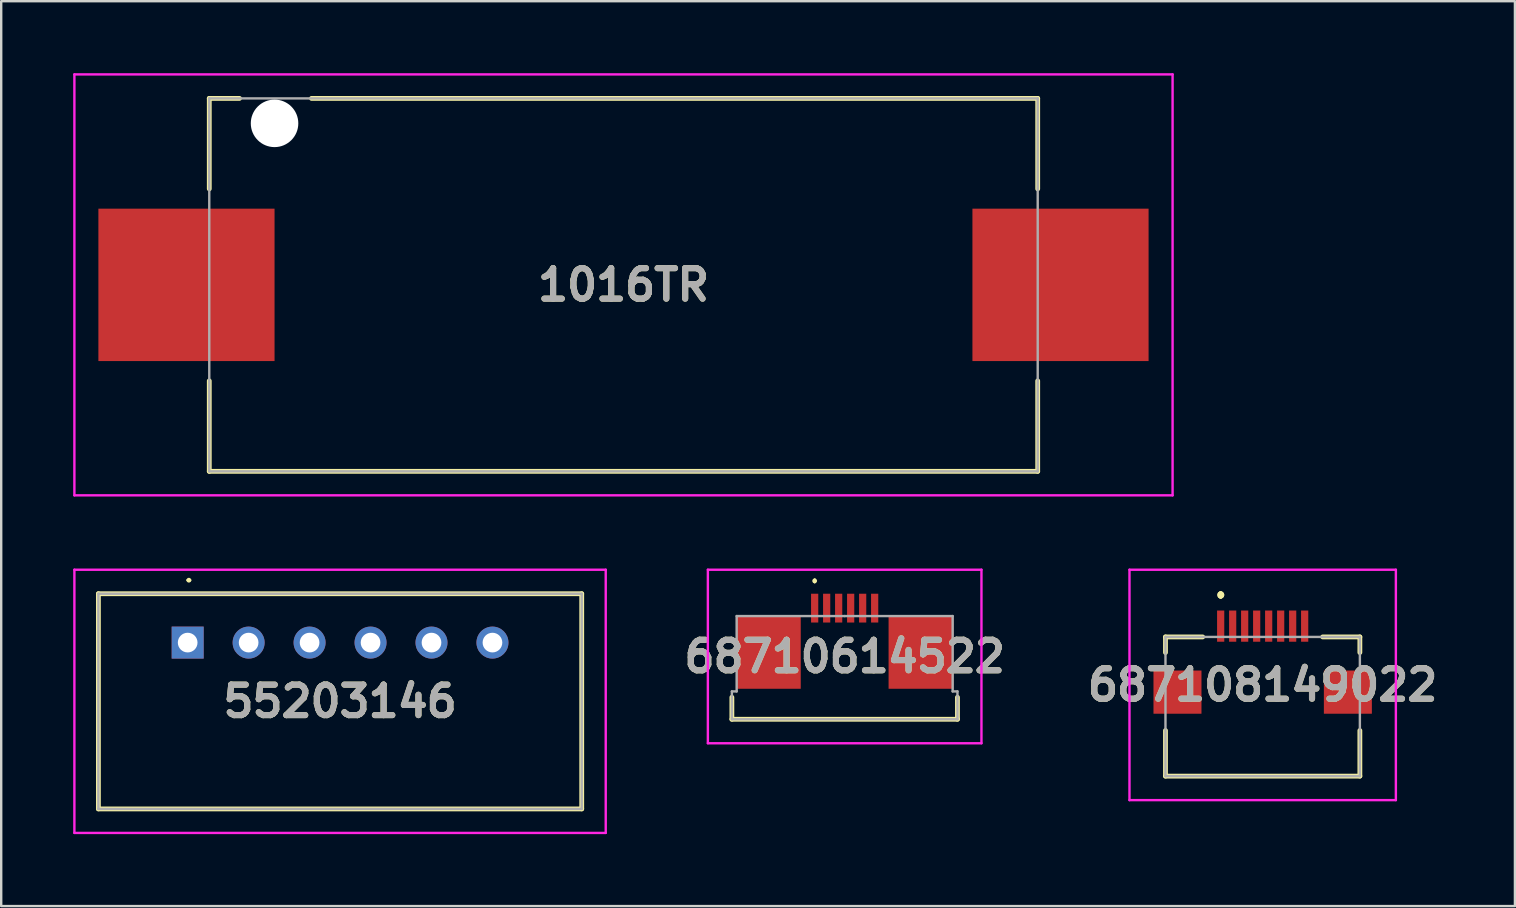
<source format=kicad_pcb>
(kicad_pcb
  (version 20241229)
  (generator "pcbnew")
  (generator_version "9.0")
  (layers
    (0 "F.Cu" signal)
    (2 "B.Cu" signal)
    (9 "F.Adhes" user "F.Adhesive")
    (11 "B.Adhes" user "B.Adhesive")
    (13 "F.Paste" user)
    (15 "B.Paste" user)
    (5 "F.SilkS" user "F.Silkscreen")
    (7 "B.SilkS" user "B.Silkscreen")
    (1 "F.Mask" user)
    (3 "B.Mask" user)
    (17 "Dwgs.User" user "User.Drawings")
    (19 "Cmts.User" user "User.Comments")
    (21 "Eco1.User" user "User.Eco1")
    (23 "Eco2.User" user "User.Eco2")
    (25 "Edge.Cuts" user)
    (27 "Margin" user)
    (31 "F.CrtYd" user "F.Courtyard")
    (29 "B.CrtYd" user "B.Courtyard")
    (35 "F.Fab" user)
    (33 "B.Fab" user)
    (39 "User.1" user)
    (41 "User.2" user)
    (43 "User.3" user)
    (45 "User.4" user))
  (footprint "68710614522"
    (layer "F.Cu")
    (at 32.146 24.305)
    (property "Reference" "68710614522" (at 0 0 0) (layer "F.SilkS") (effects (font (size 1.27 1.27) (thickness 0.254))))
    (attr smd)
    (fp_line (start -4.7 1.7) (end -4.7 2.615) (stroke (width 0.2) (type solid)) (layer "F.SilkS"))
    (fp_line (start -4.7 2.615) (end 4.7 2.615) (stroke (width 0.2) (type solid)) (layer "F.SilkS"))
    (fp_line (start -1.25 -3.2) (end -1.25 -3.2) (stroke (width 0.1) (type solid)) (layer "F.SilkS"))
    (fp_line (start -1.25 -3.1) (end -1.25 -3.1) (stroke (width 0.1) (type solid)) (layer "F.SilkS"))
    (fp_line (start 4.7 2.615) (end 4.7 1.7) (stroke (width 0.2) (type solid)) (layer "F.SilkS"))
    (fp_arc (start -1.25 -3.2) (mid -1.2 -3.15) (end -1.25 -3.1) (stroke (width 0.1) (type solid)) (layer "F.SilkS"))
    (fp_arc (start -1.25 -3.1) (mid -1.3 -3.15) (end -1.25 -3.2) (stroke (width 0.1) (type solid)) (layer "F.SilkS"))
    (fp_line (start -5.7 -3.615) (end 5.7 -3.615) (stroke (width 0.1) (type solid)) (layer "F.CrtYd"))
    (fp_line (start -5.7 3.615) (end -5.7 -3.615) (stroke (width 0.1) (type solid)) (layer "F.CrtYd"))
    (fp_line (start 5.7 -3.615) (end 5.7 3.615) (stroke (width 0.1) (type solid)) (layer "F.CrtYd"))
    (fp_line (start 5.7 3.615) (end -5.7 3.615) (stroke (width 0.1) (type solid)) (layer "F.CrtYd"))
    (fp_line (start -4.7 1.455) (end -4.7 2.615) (stroke (width 0.1) (type solid)) (layer "F.Fab"))
    (fp_line (start -4.7 2.615) (end 4.7 2.615) (stroke (width 0.1) (type solid)) (layer "F.Fab"))
    (fp_line (start -4.5 -1.685) (end -4.5 1.455) (stroke (width 0.1) (type solid)) (layer "F.Fab"))
    (fp_line (start -4.5 1.455) (end -4.7 1.455) (stroke (width 0.1) (type solid)) (layer "F.Fab"))
    (fp_line (start 0 -1.685) (end -4.5 -1.685) (stroke (width 0.1) (type solid)) (layer "F.Fab"))
    (fp_line (start 4.5 -1.685) (end 0 -1.685) (stroke (width 0.1) (type solid)) (layer "F.Fab"))
    (fp_line (start 4.5 1.455) (end 4.5 -1.685) (stroke (width 0.1) (type solid)) (layer "F.Fab"))
    (fp_line (start 4.7 1.455) (end 4.5 1.455) (stroke (width 0.1) (type solid)) (layer "F.Fab"))
    (fp_line (start 4.7 2.615) (end 4.7 1.455) (stroke (width 0.1) (type solid)) (layer "F.Fab"))
    (fp_text user "${REFERENCE}" (at 0 0 0) (layer "F.Fab") (effects (font (size 1.27 1.27) (thickness 0.254))))
    (pad "1" smd rect (at -1.25 -2.015) (size 0.3 1.2) (layers "F.Cu" "F.Mask" "F.Paste"))
    (pad "2" smd rect (at -0.75 -2.015) (size 0.3 1.2) (layers "F.Cu" "F.Mask" "F.Paste"))
    (pad "3" smd rect (at -0.25 -2.015) (size 0.3 1.2) (layers "F.Cu" "F.Mask" "F.Paste"))
    (pad "4" smd rect (at 0.25 -2.015) (size 0.3 1.2) (layers "F.Cu" "F.Mask" "F.Paste"))
    (pad "5" smd rect (at 0.75 -2.015) (size 0.3 1.2) (layers "F.Cu" "F.Mask" "F.Paste"))
    (pad "6" smd rect (at 1.25 -2.015) (size 0.3 1.2) (layers "F.Cu" "F.Mask" "F.Paste"))
    (pad "7" smd rect (at -3.18 -0.155) (size 2.7 3) (layers "F.Cu" "F.Mask" "F.Paste"))
    (pad "8" smd rect (at 3.18 -0.155) (size 2.7 3) (layers "F.Cu" "F.Mask" "F.Paste")))
  (footprint "687108149022"
    (layer "F.Cu")
    (at 49.564 25.79)
    (property "Reference" "687108149022" (at 0 -0.3 0) (layer "F.SilkS") (effects (font (size 1.27 1.27) (thickness 0.254))))
    (attr smd)
    (fp_line (start -4.05 -2.3) (end -2.5 -2.3) (stroke (width 0.2) (type solid)) (layer "F.SilkS"))
    (fp_line (start -4.05 -1.65) (end -4.05 -2.3) (stroke (width 0.2) (type solid)) (layer "F.SilkS"))
    (fp_line (start -4.05 1.6) (end -4.05 3.5) (stroke (width 0.2) (type solid)) (layer "F.SilkS"))
    (fp_line (start -4.05 3.5) (end 4.05 3.5) (stroke (width 0.2) (type solid)) (layer "F.SilkS"))
    (fp_line (start -1.75 -4.1) (end -1.75 -4.1) (stroke (width 0.2) (type solid)) (layer "F.SilkS"))
    (fp_line (start -1.75 -4) (end -1.75 -4) (stroke (width 0.2) (type solid)) (layer "F.SilkS"))
    (fp_line (start -1.75 -4) (end -1.75 -4) (stroke (width 0.2) (type solid)) (layer "F.SilkS"))
    (fp_line (start 2.5 -2.3) (end 4.05 -2.3) (stroke (width 0.2) (type solid)) (layer "F.SilkS"))
    (fp_line (start 4.05 -2.3) (end 4.05 -1.65) (stroke (width 0.2) (type solid)) (layer "F.SilkS"))
    (fp_line (start 4.05 3.5) (end 4.05 1.6) (stroke (width 0.2) (type solid)) (layer "F.SilkS"))
    (fp_arc (start -1.75 -4.1) (mid -1.7 -4.05) (end -1.75 -4) (stroke (width 0.2) (type solid)) (layer "F.SilkS"))
    (fp_arc (start -1.75 -4.1) (mid -1.7 -4.05) (end -1.75 -4) (stroke (width 0.2) (type solid)) (layer "F.SilkS"))
    (fp_arc (start -1.75 -4) (mid -1.8 -4.05) (end -1.75 -4.1) (stroke (width 0.2) (type solid)) (layer "F.SilkS"))
    (fp_line (start -5.55 -5.1) (end 5.55 -5.1) (stroke (width 0.1) (type solid)) (layer "F.CrtYd"))
    (fp_line (start -5.55 4.5) (end -5.55 -5.1) (stroke (width 0.1) (type solid)) (layer "F.CrtYd"))
    (fp_line (start 5.55 -5.1) (end 5.55 4.5) (stroke (width 0.1) (type solid)) (layer "F.CrtYd"))
    (fp_line (start 5.55 4.5) (end -5.55 4.5) (stroke (width 0.1) (type solid)) (layer "F.CrtYd"))
    (fp_line (start -4.05 -2.3) (end 4.05 -2.3) (stroke (width 0.1) (type solid)) (layer "F.Fab"))
    (fp_line (start -4.05 3.5) (end -4.05 -2.3) (stroke (width 0.1) (type solid)) (layer "F.Fab"))
    (fp_line (start 4.05 -2.3) (end 4.05 3.5) (stroke (width 0.1) (type solid)) (layer "F.Fab"))
    (fp_line (start 4.05 3.5) (end -4.05 3.5) (stroke (width 0.1) (type solid)) (layer "F.Fab"))
    (fp_text user "${REFERENCE}" (at 0 -0.3 0) (layer "F.Fab") (effects (font (size 1.27 1.27) (thickness 0.254))))
    (pad "1" smd rect (at -1.75 -2.75) (size 0.3 1.3) (layers "F.Cu" "F.Mask" "F.Paste"))
    (pad "2" smd rect (at -1.25 -2.75) (size 0.3 1.3) (layers "F.Cu" "F.Mask" "F.Paste"))
    (pad "3" smd rect (at -0.75 -2.75) (size 0.3 1.3) (layers "F.Cu" "F.Mask" "F.Paste"))
    (pad "4" smd rect (at -0.25 -2.75) (size 0.3 1.3) (layers "F.Cu" "F.Mask" "F.Paste"))
    (pad "5" smd rect (at 0.25 -2.75) (size 0.3 1.3) (layers "F.Cu" "F.Mask" "F.Paste"))
    (pad "6" smd rect (at 0.75 -2.75) (size 0.3 1.3) (layers "F.Cu" "F.Mask" "F.Paste"))
    (pad "7" smd rect (at 1.25 -2.75) (size 0.3 1.3) (layers "F.Cu" "F.Mask" "F.Paste"))
    (pad "8" smd rect (at 1.75 -2.75) (size 0.3 1.3) (layers "F.Cu" "F.Mask" "F.Paste"))
    (pad "MP1" smd rect (at -3.55 0 90) (size 1.8 2) (layers "F.Cu" "F.Mask" "F.Paste"))
    (pad "MP2" smd rect (at 3.55 0 90) (size 1.8 2) (layers "F.Cu" "F.Mask" "F.Paste")))
  (footprint "55203146"
    (layer "F.Cu")
    (at 4.77 23.726)
    (property "Reference" "55203146" (at 6.35 2.447 0) (layer "F.SilkS") (effects (font (size 1.27 1.27) (thickness 0.254))))
    (attr through_hole)
    (fp_line (start -3.72 -2.036) (end 16.42 -2.036) (stroke (width 0.2) (type solid)) (layer "F.SilkS"))
    (fp_line (start -3.72 6.93) (end -3.72 -2.036) (stroke (width 0.2) (type solid)) (layer "F.SilkS"))
    (fp_line (start 0 -2.6) (end 0 -2.6) (stroke (width 0.1) (type solid)) (layer "F.SilkS"))
    (fp_line (start 0.1 -2.6) (end 0.1 -2.6) (stroke (width 0.1) (type solid)) (layer "F.SilkS"))
    (fp_line (start 16.42 -2.036) (end 16.42 6.93) (stroke (width 0.2) (type solid)) (layer "F.SilkS"))
    (fp_line (start 16.42 6.93) (end -3.72 6.93) (stroke (width 0.2) (type solid)) (layer "F.SilkS"))
    (fp_arc (start 0 -2.6) (mid 0.05 -2.65) (end 0.1 -2.6) (stroke (width 0.1) (type solid)) (layer "F.SilkS"))
    (fp_arc (start 0.1 -2.6) (mid 0.05 -2.55) (end 0 -2.6) (stroke (width 0.1) (type solid)) (layer "F.SilkS"))
    (fp_line (start -4.72 -3.036) (end 17.42 -3.036) (stroke (width 0.1) (type solid)) (layer "F.CrtYd"))
    (fp_line (start -4.72 7.93) (end -4.72 -3.036) (stroke (width 0.1) (type solid)) (layer "F.CrtYd"))
    (fp_line (start 17.42 -3.036) (end 17.42 7.93) (stroke (width 0.1) (type solid)) (layer "F.CrtYd"))
    (fp_line (start 17.42 7.93) (end -4.72 7.93) (stroke (width 0.1) (type solid)) (layer "F.CrtYd"))
    (fp_line (start -3.72 -2.036) (end 16.42 -2.036) (stroke (width 0.1) (type solid)) (layer "F.Fab"))
    (fp_line (start -3.72 6.93) (end -3.72 -2.036) (stroke (width 0.1) (type solid)) (layer "F.Fab"))
    (fp_line (start 16.42 -2.036) (end 16.42 6.93) (stroke (width 0.1) (type solid)) (layer "F.Fab"))
    (fp_line (start 16.42 6.93) (end -3.72 6.93) (stroke (width 0.1) (type solid)) (layer "F.Fab"))
    (fp_text user "${REFERENCE}" (at 6.35 2.447 0) (layer "F.Fab") (effects (font (size 1.27 1.27) (thickness 0.254))))
    (pad "1" thru_hole rect (at 0 0) (size 1.333 1.333) (drill 0.82) (layers "*.Cu" "*.Mask"))
    (pad "2" thru_hole circle (at 2.54 0) (size 1.333 1.333) (drill 0.82) (layers "*.Cu" "*.Mask"))
    (pad "3" thru_hole circle (at 5.08 0) (size 1.333 1.333) (drill 0.82) (layers "*.Cu" "*.Mask"))
    (pad "4" thru_hole circle (at 7.62 0) (size 1.333 1.333) (drill 0.82) (layers "*.Cu" "*.Mask"))
    (pad "5" thru_hole circle (at 10.16 0) (size 1.333 1.333) (drill 0.82) (layers "*.Cu" "*.Mask"))
    (pad "6" thru_hole circle (at 12.7 0) (size 1.333 1.333) (drill 0.82) (layers "*.Cu" "*.Mask")))
  (footprint "1016TR"
    (layer "F.Cu")
    (at 22.93 8.82)
    (property "Reference" "1016TR" (at 0 0 0) (layer "F.SilkS") (effects (font (size 1.27 1.27) (thickness 0.254))))
    (attr through_hole)
    (fp_line (start -17.26 -7.77) (end -16 -7.77) (stroke (width 0.2) (type solid)) (layer "F.SilkS"))
    (fp_line (start -17.26 -4) (end -17.26 -7.77) (stroke (width 0.2) (type solid)) (layer "F.SilkS"))
    (fp_line (start -17.26 4) (end -17.26 7.77) (stroke (width 0.2) (type solid)) (layer "F.SilkS"))
    (fp_line (start -17.26 7.77) (end 17.26 7.77) (stroke (width 0.2) (type solid)) (layer "F.SilkS"))
    (fp_line (start 17.26 -7.77) (end -13 -7.77) (stroke (width 0.2) (type solid)) (layer "F.SilkS"))
    (fp_line (start 17.26 -4) (end 17.26 -7.77) (stroke (width 0.2) (type solid)) (layer "F.SilkS"))
    (fp_line (start 17.26 7.77) (end 17.26 4) (stroke (width 0.2) (type solid)) (layer "F.SilkS"))
    (fp_line (start -22.88 -8.77) (end 22.88 -8.77) (stroke (width 0.1) (type solid)) (layer "F.CrtYd"))
    (fp_line (start -22.88 8.77) (end -22.88 -8.77) (stroke (width 0.1) (type solid)) (layer "F.CrtYd"))
    (fp_line (start 22.88 -8.77) (end 22.88 8.77) (stroke (width 0.1) (type solid)) (layer "F.CrtYd"))
    (fp_line (start 22.88 8.77) (end -22.88 8.77) (stroke (width 0.1) (type solid)) (layer "F.CrtYd"))
    (fp_line (start -17.26 -7.77) (end 17.26 -7.77) (stroke (width 0.1) (type solid)) (layer "F.Fab"))
    (fp_line (start -17.26 7.77) (end -17.26 -7.77) (stroke (width 0.1) (type solid)) (layer "F.Fab"))
    (fp_line (start 17.26 -7.77) (end 17.26 7.77) (stroke (width 0.1) (type solid)) (layer "F.Fab"))
    (fp_line (start 17.26 7.77) (end -17.26 7.77) (stroke (width 0.1) (type solid)) (layer "F.Fab"))
    (fp_text user "${REFERENCE}" (at 0 0 0) (layer "F.Fab") (effects (font (size 1.27 1.27) (thickness 0.254))))
    (pad "" np_thru_hole circle (at -14.54 -6.73) (size 1.98 1.98) (drill 1.98) (layers "*.Cu" "*.Mask"))
    (pad "1" smd rect (at -18.21 0 90) (size 6.35 7.34) (layers "F.Cu" "F.Mask" "F.Paste"))
    (pad "2" smd rect (at 18.21 0 90) (size 6.35 7.34) (layers "F.Cu" "F.Mask" "F.Paste")))
  (gr_rect
    (start -3 -3)
    (end 60.075 34.706)
    (stroke (width 0.1) (type default))
    (fill no)
    (layer "Edge.Cuts")))
</source>
